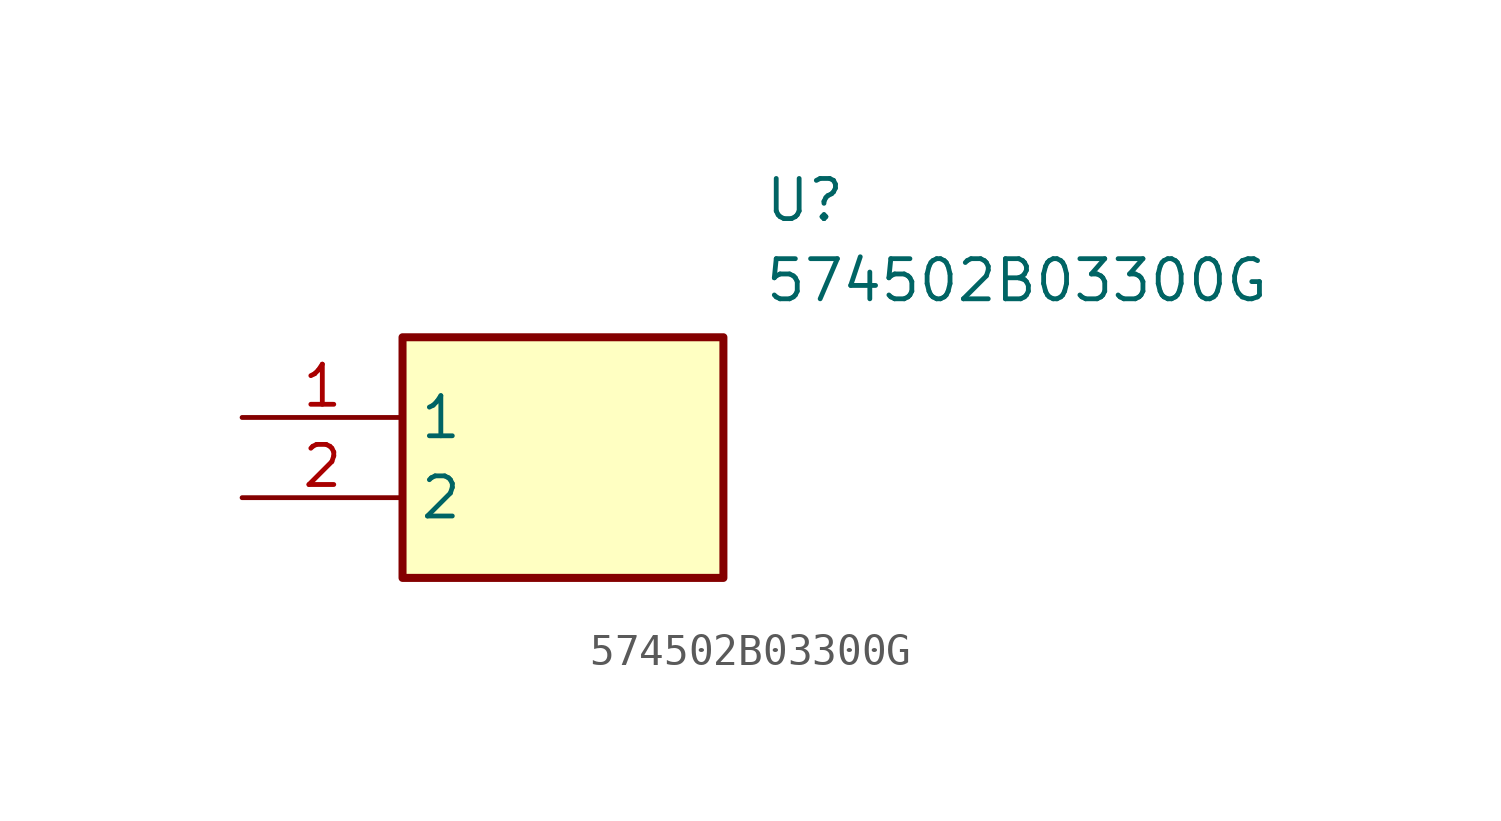
<source format=kicad_sym>
(kicad_symbol_lib
  (version 20231120)
  (generator "kicad_symbol_editor")
  (generator_version "8.0")
  (symbol "574502B03300G"
    (property "Reference" "U"
      (at 16.51 7.62 0)
      (effects (font (size 1.27 1.27)) (justify left top)))
    (property "Value" "574502B03300G"
      (at 16.51 5.08 0)
      (effects (font (size 1.27 1.27)) (justify left top)))
    (symbol "574502B03300G_1_1"
      (rectangle (start 5.08 2.54) (end 15.24 -5.08) (stroke (width 0.254) (type default)) (fill (type background)))
      (pin passive line (at 0 0 0) (length 5.08) (name "1" (effects (font (size 1.27 1.27)))) (number "1" (effects (font (size 1.27 1.27)))))
      (pin passive line (at 0 -2.54 0) (length 5.08) (name "2" (effects (font (size 1.27 1.27)))) (number "2" (effects (font (size 1.27 1.27))))))))
</source>
